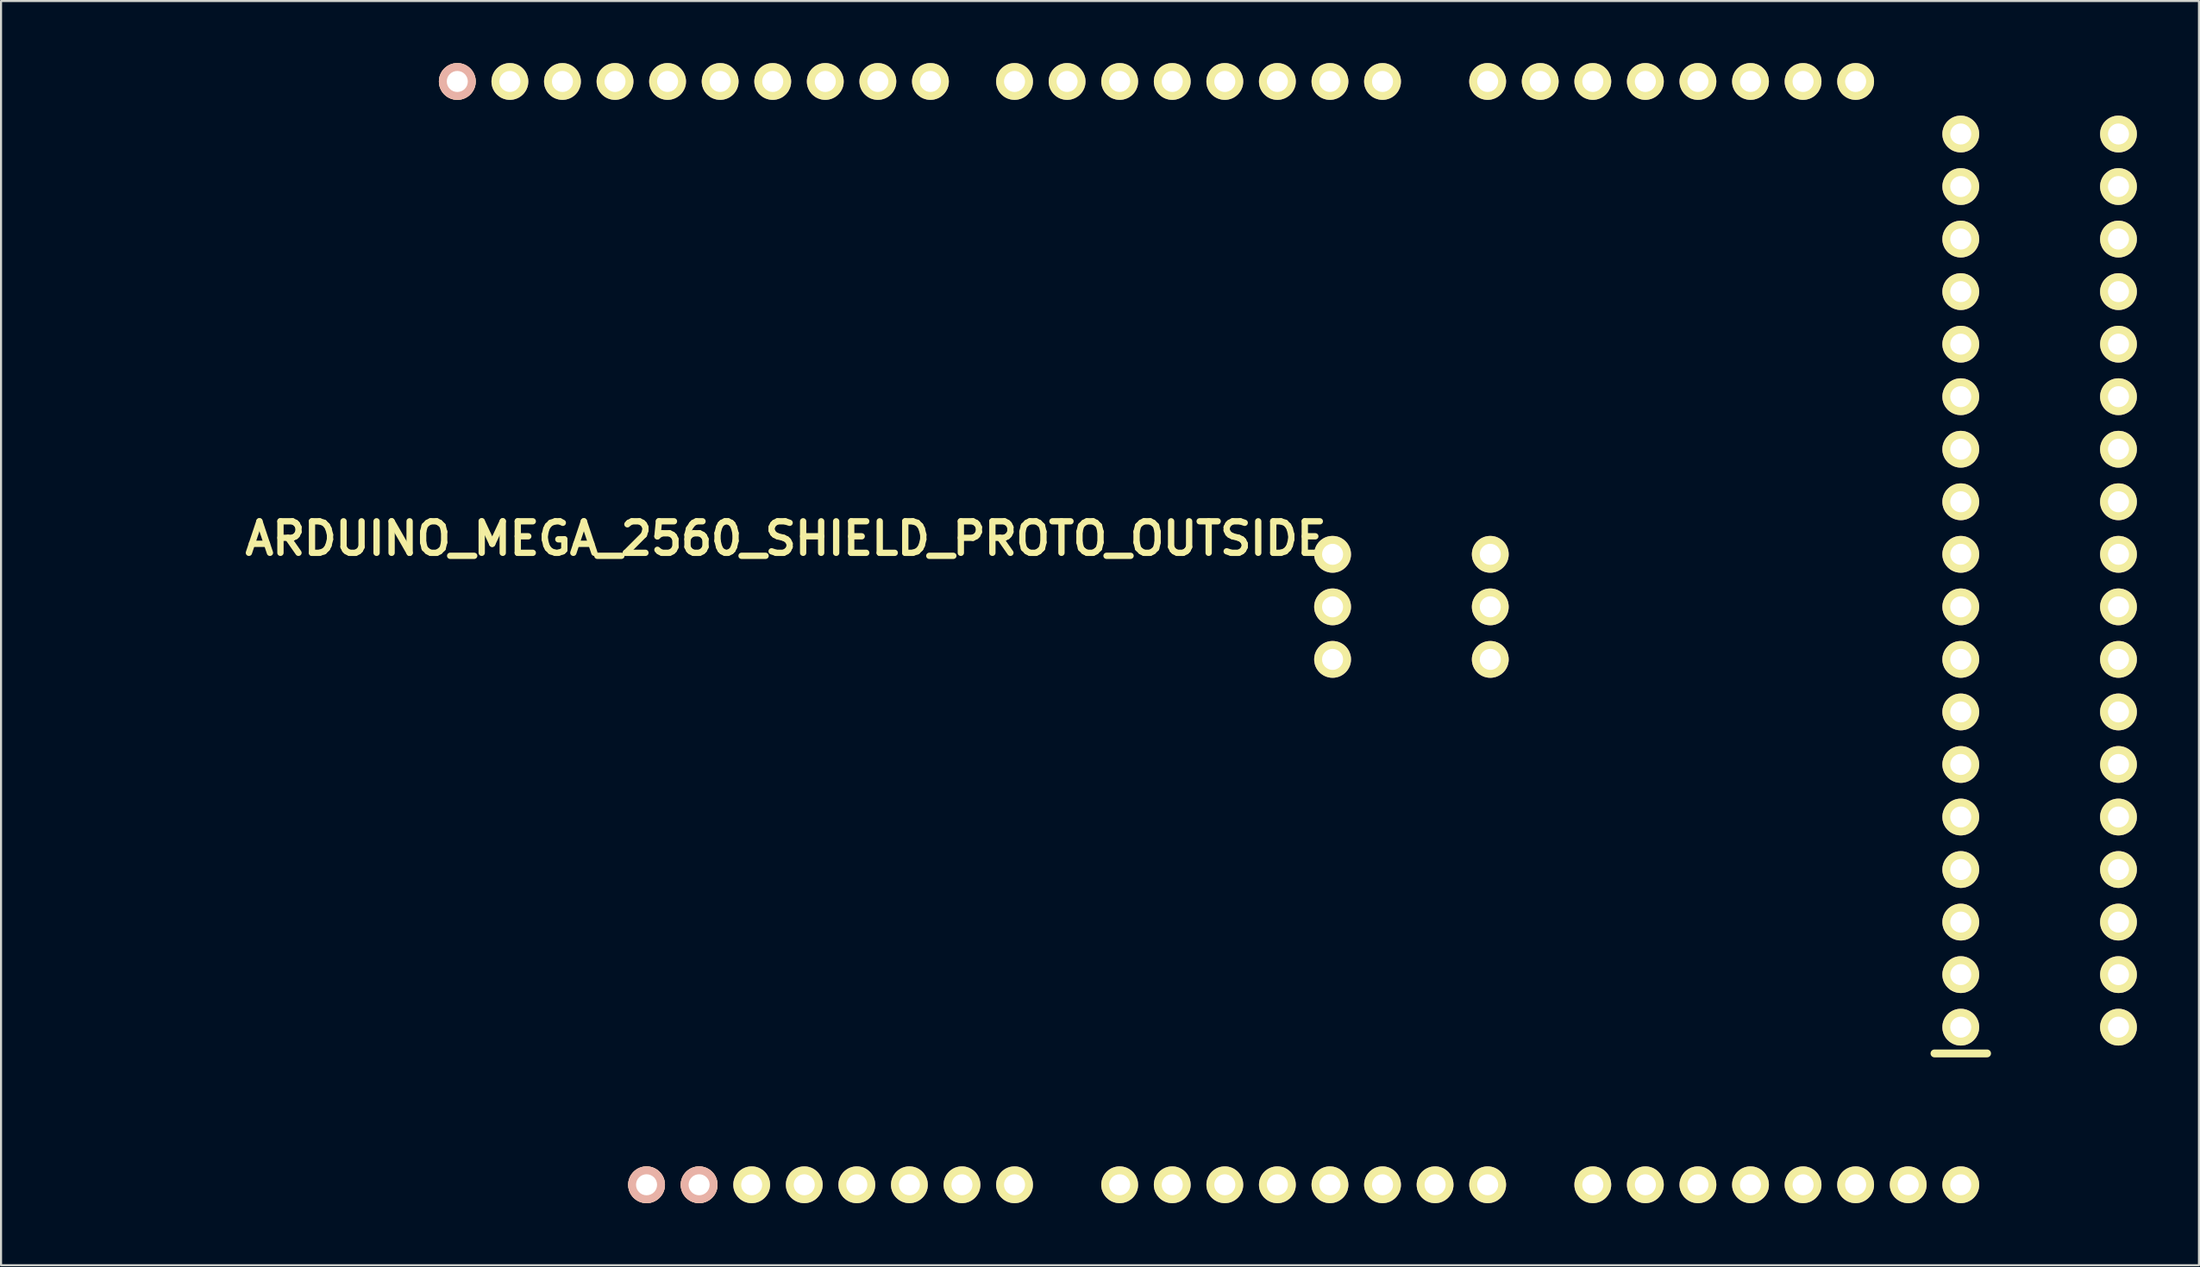
<source format=kicad_pcb>
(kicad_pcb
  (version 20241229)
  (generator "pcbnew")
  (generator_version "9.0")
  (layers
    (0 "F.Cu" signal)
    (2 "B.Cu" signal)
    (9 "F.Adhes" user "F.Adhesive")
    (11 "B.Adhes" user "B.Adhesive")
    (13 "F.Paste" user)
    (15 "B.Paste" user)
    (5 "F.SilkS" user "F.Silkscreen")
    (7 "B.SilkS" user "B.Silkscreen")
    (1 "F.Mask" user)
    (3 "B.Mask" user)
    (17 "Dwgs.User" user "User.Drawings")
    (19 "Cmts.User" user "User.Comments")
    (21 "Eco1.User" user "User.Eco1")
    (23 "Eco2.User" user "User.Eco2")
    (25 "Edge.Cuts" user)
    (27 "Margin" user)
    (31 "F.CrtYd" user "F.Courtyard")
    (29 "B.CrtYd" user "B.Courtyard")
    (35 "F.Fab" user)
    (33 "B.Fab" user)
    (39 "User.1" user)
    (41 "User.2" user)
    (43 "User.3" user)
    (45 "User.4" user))
  (footprint "ARDUINO_MEGA_2560_SHIELD_PROTO_OUTSIDE"
    (layer "F.Cu")
    (at 0.25 54.229)
    (property "Reference" "ARDUINO_MEGA_2560_SHIELD_PROTO_OUTSIDE" (at 34.671 -31.242 0) (layer "F.SilkS") (effects (font (size 1.524 1.524) (thickness 0.305))))
    (attr through_hole)
    (fp_line (start 90.17 -6.35) (end 92.71 -6.35) (stroke (width 0.381) (type solid)) (layer "F.SilkS"))
    (pad "0" thru_hole circle (at 63.5 -53.34) (size 1.778 1.778) (drill 1.016) (layers "*.Cu" "*.Mask" "F.SilkS"))
    (pad "1" thru_hole circle (at 60.96 -53.34) (size 1.778 1.778) (drill 1.016) (layers "*.Cu" "*.Mask" "F.SilkS"))
    (pad "2" thru_hole circle (at 58.42 -53.34) (size 1.778 1.778) (drill 1.016) (layers "*.Cu" "*.Mask" "F.SilkS"))
    (pad "3" thru_hole circle (at 55.88 -53.34) (size 1.778 1.778) (drill 1.016) (layers "*.Cu" "*.Mask" "F.SilkS"))
    (pad "3V3" thru_hole circle (at 35.56 0) (size 1.778 1.778) (drill 1.016) (layers "*.Cu" "*.Mask" "F.SilkS"))
    (pad "4" thru_hole circle (at 53.34 -53.34) (size 1.778 1.778) (drill 1.016) (layers "*.Cu" "*.Mask" "F.SilkS"))
    (pad "5" thru_hole circle (at 50.8 -53.34) (size 1.778 1.778) (drill 1.016) (layers "*.Cu" "*.Mask" "F.SilkS"))
    (pad "5V1" thru_hole circle (at 38.1 0) (size 1.778 1.778) (drill 1.016) (layers "*.Cu" "*.Mask" "F.SilkS"))
    (pad "5V2" thru_hole circle (at 91.44 -50.8) (size 1.778 1.778) (drill 1.016) (layers "*.Cu" "*.Mask" "F.SilkS"))
    (pad "5V3" thru_hole circle (at 99.06 -50.8) (size 1.778 1.778) (drill 1.016) (layers "*.Cu" "*.Mask" "F.SilkS"))
    (pad "5V4" thru_hole oval (at 68.707 -30.48 90) (size 1.778 1.778) (drill 1.016) (layers "*.Cu" "*.Mask" "F.SilkS"))
    (pad "6" thru_hole circle (at 48.26 -53.34) (size 1.778 1.778) (drill 1.016) (layers "*.Cu" "*.Mask" "F.SilkS"))
    (pad "7" thru_hole circle (at 45.72 -53.34) (size 1.778 1.778) (drill 1.016) (layers "*.Cu" "*.Mask" "F.SilkS"))
    (pad "8" thru_hole circle (at 41.656 -53.34) (size 1.778 1.778) (drill 1.016) (layers "*.Cu" "*.Mask" "F.SilkS"))
    (pad "9" thru_hole circle (at 39.116 -53.34) (size 1.778 1.778) (drill 1.016) (layers "*.Cu" "*.Mask" "F.SilkS"))
    (pad "10" thru_hole circle (at 36.576 -53.34) (size 1.778 1.778) (drill 1.016) (layers "*.Cu" "*.Mask" "F.SilkS"))
    (pad "11" thru_hole circle (at 34.036 -53.34) (size 1.778 1.778) (drill 1.016) (layers "*.Cu" "*.Mask" "F.SilkS"))
    (pad "12" thru_hole circle (at 31.496 -53.34) (size 1.778 1.778) (drill 1.016) (layers "*.Cu" "*.Mask" "F.SilkS"))
    (pad "13" thru_hole circle (at 28.956 -53.34) (size 1.778 1.778) (drill 1.016) (layers "*.Cu" "*.Mask" "F.SilkS"))
    (pad "14" thru_hole circle (at 68.58 -53.34) (size 1.778 1.778) (drill 1.016) (layers "*.Cu" "*.Mask" "F.SilkS"))
    (pad "15" thru_hole circle (at 71.12 -53.34) (size 1.778 1.778) (drill 1.016) (layers "*.Cu" "*.Mask" "F.SilkS"))
    (pad "16" thru_hole circle (at 73.66 -53.34) (size 1.778 1.778) (drill 1.016) (layers "*.Cu" "*.Mask" "F.SilkS"))
    (pad "17" thru_hole circle (at 76.2 -53.34) (size 1.778 1.778) (drill 1.016) (layers "*.Cu" "*.Mask" "F.SilkS"))
    (pad "18" thru_hole circle (at 78.74 -53.34) (size 1.778 1.778) (drill 1.016) (layers "*.Cu" "*.Mask" "F.SilkS"))
    (pad "19" thru_hole circle (at 81.28 -53.34) (size 1.778 1.778) (drill 1.016) (layers "*.Cu" "*.Mask" "F.SilkS"))
    (pad "20" thru_hole circle (at 83.82 -53.34) (size 1.778 1.778) (drill 1.016) (layers "*.Cu" "*.Mask" "F.SilkS"))
    (pad "21" thru_hole circle (at 86.36 -53.34) (size 1.778 1.778) (drill 1.016) (layers "*.Cu" "*.Mask" "F.SilkS"))
    (pad "22" thru_hole circle (at 91.44 -48.26) (size 1.778 1.778) (drill 1.016) (layers "*.Cu" "*.Mask" "F.SilkS"))
    (pad "23" thru_hole circle (at 99.06 -48.26) (size 1.778 1.778) (drill 1.016) (layers "*.Cu" "*.Mask" "F.SilkS"))
    (pad "24" thru_hole circle (at 91.44 -45.72) (size 1.778 1.778) (drill 1.016) (layers "*.Cu" "*.Mask" "F.SilkS"))
    (pad "25" thru_hole circle (at 99.06 -45.72) (size 1.778 1.778) (drill 1.016) (layers "*.Cu" "*.Mask" "F.SilkS"))
    (pad "26" thru_hole circle (at 91.44 -43.18) (size 1.778 1.778) (drill 1.016) (layers "*.Cu" "*.Mask" "F.SilkS"))
    (pad "27" thru_hole circle (at 99.06 -43.18) (size 1.778 1.778) (drill 1.016) (layers "*.Cu" "*.Mask" "F.SilkS"))
    (pad "28" thru_hole circle (at 91.44 -40.64) (size 1.778 1.778) (drill 1.016) (layers "*.Cu" "*.Mask" "F.SilkS"))
    (pad "29" thru_hole circle (at 99.06 -40.64) (size 1.778 1.778) (drill 1.016) (layers "*.Cu" "*.Mask" "F.SilkS"))
    (pad "30" thru_hole circle (at 91.44 -38.1) (size 1.778 1.778) (drill 1.016) (layers "*.Cu" "*.Mask" "F.SilkS"))
    (pad "31" thru_hole circle (at 99.06 -38.1) (size 1.778 1.778) (drill 1.016) (layers "*.Cu" "*.Mask" "F.SilkS"))
    (pad "32" thru_hole circle (at 91.44 -35.56) (size 1.778 1.778) (drill 1.016) (layers "*.Cu" "*.Mask" "F.SilkS"))
    (pad "33" thru_hole circle (at 99.06 -35.56) (size 1.778 1.778) (drill 1.016) (layers "*.Cu" "*.Mask" "F.SilkS"))
    (pad "34" thru_hole circle (at 91.44 -33.02) (size 1.778 1.778) (drill 1.016) (layers "*.Cu" "*.Mask" "F.SilkS"))
    (pad "35" thru_hole circle (at 99.06 -33.02) (size 1.778 1.778) (drill 1.016) (layers "*.Cu" "*.Mask" "F.SilkS"))
    (pad "36" thru_hole circle (at 91.44 -30.48) (size 1.778 1.778) (drill 1.016) (layers "*.Cu" "*.Mask" "F.SilkS"))
    (pad "37" thru_hole circle (at 99.06 -30.48) (size 1.778 1.778) (drill 1.016) (layers "*.Cu" "*.Mask" "F.SilkS"))
    (pad "38" thru_hole circle (at 91.44 -27.94) (size 1.778 1.778) (drill 1.016) (layers "*.Cu" "*.Mask" "F.SilkS"))
    (pad "39" thru_hole circle (at 99.06 -27.94) (size 1.778 1.778) (drill 1.016) (layers "*.Cu" "*.Mask" "F.SilkS"))
    (pad "40" thru_hole circle (at 91.44 -25.4) (size 1.778 1.778) (drill 1.016) (layers "*.Cu" "*.Mask" "F.SilkS"))
    (pad "41" thru_hole circle (at 99.06 -25.4) (size 1.778 1.778) (drill 1.016) (layers "*.Cu" "*.Mask" "F.SilkS"))
    (pad "42" thru_hole circle (at 91.44 -22.86) (size 1.778 1.778) (drill 1.016) (layers "*.Cu" "*.Mask" "F.SilkS"))
    (pad "43" thru_hole circle (at 99.06 -22.86) (size 1.778 1.778) (drill 1.016) (layers "*.Cu" "*.Mask" "F.SilkS"))
    (pad "44" thru_hole circle (at 91.44 -20.32) (size 1.778 1.778) (drill 1.016) (layers "*.Cu" "*.Mask" "F.SilkS"))
    (pad "45" thru_hole circle (at 99.06 -20.32) (size 1.778 1.778) (drill 1.016) (layers "*.Cu" "*.Mask" "F.SilkS"))
    (pad "46" thru_hole circle (at 91.44 -17.78) (size 1.778 1.778) (drill 1.016) (layers "*.Cu" "*.Mask" "F.SilkS"))
    (pad "47" thru_hole circle (at 99.06 -17.78) (size 1.778 1.778) (drill 1.016) (layers "*.Cu" "*.Mask" "F.SilkS"))
    (pad "48" thru_hole circle (at 91.44 -15.24) (size 1.778 1.778) (drill 1.016) (layers "*.Cu" "*.Mask" "F.SilkS"))
    (pad "49" thru_hole circle (at 99.06 -15.24) (size 1.778 1.778) (drill 1.016) (layers "*.Cu" "*.Mask" "F.SilkS"))
    (pad "50" thru_hole circle (at 91.44 -12.7) (size 1.778 1.778) (drill 1.016) (layers "*.Cu" "*.Mask" "F.SilkS"))
    (pad "51" thru_hole circle (at 99.06 -12.7) (size 1.778 1.778) (drill 1.016) (layers "*.Cu" "*.Mask" "F.SilkS"))
    (pad "52" thru_hole circle (at 91.44 -10.16) (size 1.778 1.778) (drill 1.016) (layers "*.Cu" "*.Mask" "F.SilkS"))
    (pad "53" thru_hole circle (at 99.06 -10.16) (size 1.778 1.778) (drill 1.016) (layers "*.Cu" "*.Mask" "F.SilkS"))
    (pad "AD0" thru_hole circle (at 50.8 0) (size 1.778 1.778) (drill 1.016) (layers "*.Cu" "*.Mask" "F.SilkS"))
    (pad "AD1" thru_hole circle (at 53.34 0) (size 1.778 1.778) (drill 1.016) (layers "*.Cu" "*.Mask" "F.SilkS"))
    (pad "AD2" thru_hole circle (at 55.88 0) (size 1.778 1.778) (drill 1.016) (layers "*.Cu" "*.Mask" "F.SilkS"))
    (pad "AD3" thru_hole circle (at 58.42 0) (size 1.778 1.778) (drill 1.016) (layers "*.Cu" "*.Mask" "F.SilkS"))
    (pad "AD4" thru_hole circle (at 60.96 0) (size 1.778 1.778) (drill 1.016) (layers "*.Cu" "*.Mask" "F.SilkS"))
    (pad "AD5" thru_hole circle (at 63.5 0) (size 1.778 1.778) (drill 1.016) (layers "*.Cu" "*.Mask" "F.SilkS"))
    (pad "AD6" thru_hole circle (at 66.04 0) (size 1.778 1.778) (drill 1.016) (layers "*.Cu" "*.Mask" "F.SilkS"))
    (pad "AD7" thru_hole circle (at 68.58 0) (size 1.778 1.778) (drill 1.016) (layers "*.Cu" "*.Mask" "F.SilkS"))
    (pad "AD8" thru_hole circle (at 73.66 0) (size 1.778 1.778) (drill 1.016) (layers "*.Cu" "*.Mask" "F.SilkS"))
    (pad "AD9" thru_hole circle (at 76.2 0) (size 1.778 1.778) (drill 1.016) (layers "*.Cu" "*.Mask" "F.SilkS"))
    (pad "AD10" thru_hole circle (at 78.74 0) (size 1.778 1.778) (drill 1.016) (layers "*.Cu" "*.Mask" "F.SilkS"))
    (pad "AD11" thru_hole circle (at 81.28 0) (size 1.778 1.778) (drill 1.016) (layers "*.Cu" "*.Mask" "F.SilkS"))
    (pad "AD12" thru_hole circle (at 83.82 0) (size 1.778 1.778) (drill 1.016) (layers "*.Cu" "*.Mask" "F.SilkS"))
    (pad "AD13" thru_hole circle (at 86.36 0) (size 1.778 1.778) (drill 1.016) (layers "*.Cu" "*.Mask" "F.SilkS"))
    (pad "AD14" thru_hole circle (at 88.9 0) (size 1.778 1.778) (drill 1.016) (layers "*.Cu" "*.Mask" "F.SilkS"))
    (pad "AD15" thru_hole circle (at 91.44 0) (size 1.778 1.778) (drill 1.016) (layers "*.Cu" "*.Mask" "F.SilkS"))
    (pad "AREF" thru_hole circle (at 23.876 -53.34) (size 1.778 1.778) (drill 1.016) (layers "*.Cu" "*.Mask" "F.SilkS"))
    (pad "GND1" thru_hole circle (at 40.64 0) (size 1.778 1.778) (drill 1.016) (layers "*.Cu" "*.Mask" "F.SilkS"))
    (pad "GND2" thru_hole circle (at 43.18 0) (size 1.778 1.778) (drill 1.016) (layers "*.Cu" "*.Mask" "F.SilkS"))
    (pad "GND3" thru_hole circle (at 26.416 -53.34) (size 1.778 1.778) (drill 1.016) (layers "*.Cu" "*.Mask" "F.SilkS"))
    (pad "GND4" thru_hole circle (at 91.44 -7.62) (size 1.778 1.778) (drill 1.016) (layers "*.Cu" "*.Mask" "F.SilkS"))
    (pad "GND5" thru_hole circle (at 99.06 -7.62) (size 1.778 1.778) (drill 1.016) (layers "*.Cu" "*.Mask" "F.SilkS"))
    (pad "GND6" thru_hole oval (at 68.707 -25.4 90) (size 1.778 1.778) (drill 1.016) (layers "*.Cu" "*.Mask" "F.SilkS"))
    (pad "IORE" thru_hole circle (at 30.48 0) (size 1.778 1.778) (drill 1.016) (layers "*.Cu" "*.SilkS" "*.Mask"))
    (pad "MISO" thru_hole oval (at 61.087 -30.48 90) (size 1.778 1.778) (drill 1.016) (layers "*.Cu" "*.Mask" "F.SilkS"))
    (pad "MOSI" thru_hole oval (at 68.707 -27.94 90) (size 1.778 1.778) (drill 1.016) (layers "*.Cu" "*.Mask" "F.SilkS"))
    (pad "NC" thru_hole circle (at 27.94 0) (size 1.778 1.778) (drill 1.016) (layers "*.Cu" "*.SilkS" "*.Mask"))
    (pad "RST1" thru_hole circle (at 33.02 0) (size 1.778 1.778) (drill 1.016) (layers "*.Cu" "*.Mask" "F.SilkS"))
    (pad "RST2" thru_hole oval (at 61.087 -25.4 90) (size 1.778 1.778) (drill 1.016) (layers "*.Cu" "*.Mask" "F.SilkS"))
    (pad "SCK" thru_hole oval (at 61.087 -27.94 90) (size 1.778 1.778) (drill 1.016) (layers "*.Cu" "*.Mask" "F.SilkS"))
    (pad "SCL3" thru_hole circle (at 18.796 -53.34) (size 1.778 1.778) (drill 1.016) (layers "*.Cu" "*.SilkS" "*.Mask"))
    (pad "SDA3" thru_hole circle (at 21.336 -53.34) (size 1.778 1.778) (drill 1.016) (layers "*.Cu" "*.Mask" "F.SilkS"))
    (pad "V_IN" thru_hole circle (at 45.72 0) (size 1.778 1.778) (drill 1.016) (layers "*.Cu" "*.Mask" "F.SilkS")))
  (gr_rect
    (start -3 -3)
    (end 103.199 58.118)
    (stroke (width 0.1) (type default))
    (fill no)
    (layer "Edge.Cuts")))
</source>
